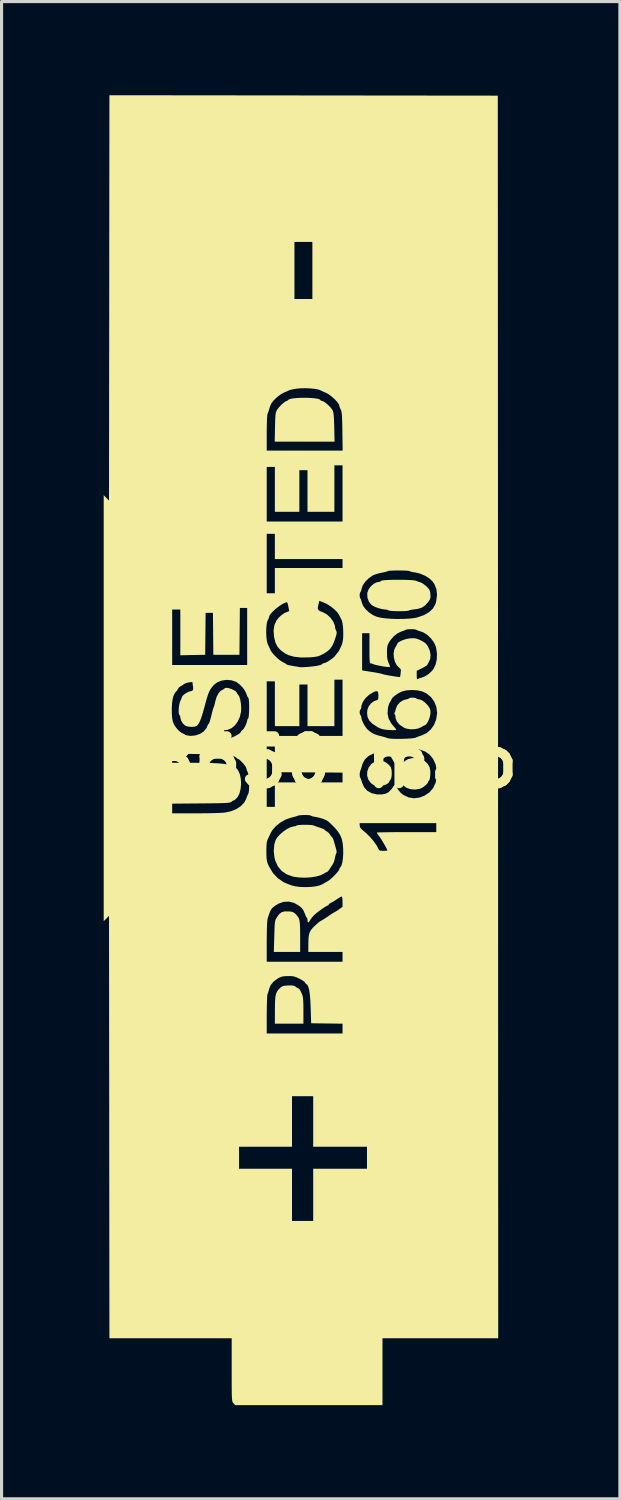
<source format=kicad_pcb>
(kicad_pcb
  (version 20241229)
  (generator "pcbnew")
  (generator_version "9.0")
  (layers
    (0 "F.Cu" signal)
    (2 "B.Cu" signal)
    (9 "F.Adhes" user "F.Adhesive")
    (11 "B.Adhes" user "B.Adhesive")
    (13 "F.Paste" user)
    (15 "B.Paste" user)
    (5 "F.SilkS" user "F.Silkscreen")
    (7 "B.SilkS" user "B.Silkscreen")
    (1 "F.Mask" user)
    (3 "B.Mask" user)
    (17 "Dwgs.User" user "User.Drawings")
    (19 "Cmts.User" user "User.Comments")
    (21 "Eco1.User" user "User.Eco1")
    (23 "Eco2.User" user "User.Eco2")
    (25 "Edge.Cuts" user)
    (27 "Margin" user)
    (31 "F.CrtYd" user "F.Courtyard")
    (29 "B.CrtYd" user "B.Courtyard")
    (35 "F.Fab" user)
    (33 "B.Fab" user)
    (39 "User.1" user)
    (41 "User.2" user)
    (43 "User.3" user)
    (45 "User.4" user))
  (footprint "18650 map"
    (layer "F.Cu")
    (at 6.902 21.354)
    (property "Reference" "18650 map" (at 0 0 0) (layer "F.SilkS") (effects (font (size 1.524 1.524) (thickness 0.3))))
    (attr through_hole)
    (fp_poly (pts (xy -0.622 4.793) (xy -0.558 4.813) (xy -0.504 4.851) (xy -0.482 4.872) (xy -0.435 4.923) (xy -0.4 4.972) (xy -0.374 5.028) (xy -0.357 5.099) (xy -0.347 5.194) (xy -0.341 5.32) (xy -0.34 5.485) (xy -0.339 5.588) (xy -0.339 6.082) (xy -1.182 6.082) (xy -1.168 5.585) (xy -1.163 5.412) (xy -1.158 5.283) (xy -1.152 5.188) (xy -1.144 5.12) (xy -1.132 5.069) (xy -1.115 5.028) (xy -1.092 4.987) (xy -1.079 4.965) (xy -1.007 4.867) (xy -0.932 4.81) (xy -0.838 4.785) (xy -0.718 4.784)) (stroke (width 0) (type solid)) (fill yes) (layer "F.SilkS"))
    (fp_poly (pts (xy -0.534 7.167) (xy -0.506 7.181) (xy -0.447 7.223) (xy -0.411 7.243) (xy -0.377 7.264) (xy -0.35 7.293) (xy -0.321 7.344) (xy -0.283 7.428) (xy -0.276 7.444) (xy -0.259 7.496) (xy -0.248 7.566) (xy -0.24 7.664) (xy -0.236 7.798) (xy -0.235 7.959) (xy -0.235 8.38) (xy -1.149 8.38) (xy -1.148 7.968) (xy -1.146 7.775) (xy -1.141 7.626) (xy -1.13 7.512) (xy -1.111 7.426) (xy -1.084 7.359) (xy -1.047 7.303) (xy -1.007 7.26) (xy -0.953 7.211) (xy -0.904 7.181) (xy -0.841 7.166) (xy -0.745 7.158) (xy -0.731 7.157) (xy -0.61 7.155)) (stroke (width 0) (type solid)) (fill yes) (layer "F.SilkS"))
    (fp_poly (pts (xy 2.349 -0.016) (xy 2.436 0.034) (xy 2.502 0.091) (xy 2.552 0.148) (xy 2.562 0.164) (xy 2.585 0.237) (xy 2.595 0.333) (xy 2.592 0.434) (xy 2.577 0.519) (xy 2.555 0.565) (xy 2.516 0.622) (xy 2.498 0.658) (xy 2.465 0.691) (xy 2.401 0.724) (xy 2.37 0.734) (xy 2.296 0.758) (xy 2.243 0.781) (xy 2.233 0.788) (xy 2.186 0.808) (xy 2.154 0.783) (xy 2.118 0.763) (xy 2.076 0.757) (xy 2.02 0.74) (xy 1.951 0.696) (xy 1.923 0.671) (xy 1.844 0.563) (xy 1.806 0.437) (xy 1.81 0.305) (xy 1.855 0.177) (xy 1.939 0.066) (xy 1.967 0.042) (xy 2.088 -0.025) (xy 2.219 -0.044)) (stroke (width 0) (type solid)) (fill yes) (layer "F.SilkS"))
    (fp_poly (pts (xy 3.41 -0.125) (xy 3.548 -0.091) (xy 3.648 -0.034) (xy 3.748 0.063) (xy 3.806 0.166) (xy 3.83 0.29) (xy 3.829 0.404) (xy 3.819 0.496) (xy 3.805 0.564) (xy 3.789 0.595) (xy 3.788 0.595) (xy 3.761 0.626) (xy 3.759 0.637) (xy 3.738 0.683) (xy 3.683 0.741) (xy 3.609 0.797) (xy 3.53 0.842) (xy 3.485 0.859) (xy 3.357 0.882) (xy 3.234 0.876) (xy 3.166 0.862) (xy 3.052 0.819) (xy 2.962 0.746) (xy 2.885 0.634) (xy 2.843 0.537) (xy 2.818 0.43) (xy 2.812 0.331) (xy 2.826 0.254) (xy 2.842 0.228) (xy 2.869 0.178) (xy 2.872 0.16) (xy 2.893 0.097) (xy 2.949 0.025) (xy 3.028 -0.042) (xy 3.114 -0.091) (xy 3.119 -0.093) (xy 3.262 -0.126)) (stroke (width 0) (type solid)) (fill yes) (layer "F.SilkS"))
    (fp_poly (pts (xy -0.107 -11.664) (xy 0.028 -11.657) (xy 0.147 -11.646) (xy 0.24 -11.629) (xy 0.298 -11.607) (xy 0.313 -11.586) (xy 0.335 -11.568) (xy 0.362 -11.564) (xy 0.412 -11.546) (xy 0.482 -11.498) (xy 0.559 -11.431) (xy 0.632 -11.357) (xy 0.686 -11.287) (xy 0.698 -11.268) (xy 0.715 -11.226) (xy 0.728 -11.166) (xy 0.737 -11.081) (xy 0.745 -10.963) (xy 0.75 -10.803) (xy 0.752 -10.723) (xy 0.763 -10.259) (xy -1.154 -10.259) (xy -1.145 -10.723) (xy -1.141 -10.891) (xy -1.136 -11.016) (xy -1.13 -11.106) (xy -1.121 -11.17) (xy -1.108 -11.218) (xy -1.09 -11.257) (xy -1.075 -11.283) (xy -1.023 -11.353) (xy -0.954 -11.427) (xy -0.881 -11.494) (xy -0.815 -11.544) (xy -0.769 -11.564) (xy -0.768 -11.564) (xy -0.731 -11.582) (xy -0.727 -11.59) (xy -0.693 -11.616) (xy -0.619 -11.636) (xy -0.514 -11.651) (xy -0.388 -11.661) (xy -0.249 -11.665)) (stroke (width 0) (type solid)) (fill yes) (layer "F.SilkS"))
    (fp_poly (pts (xy 3.315 -2.058) (xy 3.368 -2.046) (xy 3.381 -2.036) (xy 3.417 -2.015) (xy 3.454 -2.01) (xy 3.54 -1.988) (xy 3.636 -1.927) (xy 3.729 -1.836) (xy 3.761 -1.796) (xy 3.809 -1.722) (xy 3.831 -1.66) (xy 3.834 -1.583) (xy 3.832 -1.54) (xy 3.815 -1.45) (xy 3.783 -1.356) (xy 3.74 -1.269) (xy 3.695 -1.204) (xy 3.654 -1.175) (xy 3.649 -1.175) (xy 3.613 -1.161) (xy 3.556 -1.126) (xy 3.544 -1.118) (xy 3.446 -1.074) (xy 3.319 -1.05) (xy 3.184 -1.049) (xy 3.058 -1.07) (xy 2.989 -1.097) (xy 2.848 -1.192) (xy 2.758 -1.295) (xy 2.717 -1.408) (xy 2.715 -1.446) (xy 2.705 -1.502) (xy 2.688 -1.528) (xy 2.675 -1.559) (xy 2.684 -1.575) (xy 2.704 -1.62) (xy 2.723 -1.69) (xy 2.726 -1.704) (xy 2.77 -1.813) (xy 2.851 -1.908) (xy 2.956 -1.975) (xy 3.026 -1.997) (xy 3.096 -2.013) (xy 3.141 -2.033) (xy 3.147 -2.038) (xy 3.182 -2.055) (xy 3.246 -2.062)) (stroke (width 0) (type solid)) (fill yes) (layer "F.SilkS"))
    (fp_poly (pts (xy 2.878 -5.836) (xy 3.023 -5.834) (xy 3.155 -5.829) (xy 3.264 -5.822) (xy 3.34 -5.812) (xy 3.37 -5.804) (xy 3.445 -5.774) (xy 3.507 -5.757) (xy 3.566 -5.73) (xy 3.642 -5.678) (xy 3.701 -5.628) (xy 3.768 -5.56) (xy 3.806 -5.504) (xy 3.824 -5.439) (xy 3.831 -5.374) (xy 3.835 -5.287) (xy 3.823 -5.224) (xy 3.788 -5.162) (xy 3.755 -5.117) (xy 3.658 -5.01) (xy 3.554 -4.942) (xy 3.426 -4.903) (xy 3.33 -4.89) (xy 3.24 -4.879) (xy 3.173 -4.865) (xy 3.143 -4.852) (xy 3.112 -4.842) (xy 3.042 -4.835) (xy 2.944 -4.831) (xy 2.833 -4.83) (xy 2.719 -4.831) (xy 2.617 -4.836) (xy 2.539 -4.843) (xy 2.496 -4.853) (xy 2.493 -4.855) (xy 2.457 -4.875) (xy 2.406 -4.882) (xy 2.297 -4.894) (xy 2.173 -4.925) (xy 2.054 -4.969) (xy 1.962 -5.019) (xy 1.944 -5.032) (xy 1.864 -5.132) (xy 1.817 -5.258) (xy 1.809 -5.396) (xy 1.813 -5.423) (xy 1.853 -5.53) (xy 1.927 -5.63) (xy 2.023 -5.711) (xy 2.128 -5.76) (xy 2.192 -5.769) (xy 2.238 -5.784) (xy 2.252 -5.802) (xy 2.28 -5.813) (xy 2.352 -5.822) (xy 2.457 -5.829) (xy 2.586 -5.834) (xy 2.729 -5.836)) (stroke (width 0) (type solid)) (fill yes) (layer "F.SilkS"))
    (fp_poly (pts (xy -0.051 2.014) (xy 0.036 2.02) (xy 0.091 2.031) (xy 0.098 2.034) (xy 0.147 2.054) (xy 0.226 2.082) (xy 0.294 2.104) (xy 0.373 2.132) (xy 0.427 2.157) (xy 0.444 2.171) (xy 0.465 2.194) (xy 0.515 2.224) (xy 0.515 2.224) (xy 0.58 2.274) (xy 0.621 2.33) (xy 0.652 2.381) (xy 0.679 2.402) (xy 0.698 2.425) (xy 0.723 2.484) (xy 0.745 2.552) (xy 0.774 2.654) (xy 0.802 2.752) (xy 0.816 2.799) (xy 0.83 2.884) (xy 0.816 2.929) (xy 0.797 2.975) (xy 0.778 3.049) (xy 0.773 3.081) (xy 0.75 3.174) (xy 0.715 3.259) (xy 0.704 3.277) (xy 0.652 3.355) (xy 0.599 3.437) (xy 0.598 3.439) (xy 0.556 3.494) (xy 0.523 3.523) (xy 0.517 3.524) (xy 0.479 3.538) (xy 0.424 3.572) (xy 0.421 3.574) (xy 0.314 3.627) (xy 0.17 3.668) (xy -0.000439 3.694) (xy -0.183 3.705) (xy -0.366 3.699) (xy -0.537 3.676) (xy -0.577 3.667) (xy -0.772 3.597) (xy -0.93 3.49) (xy -1.051 3.346) (xy -1.134 3.166) (xy -1.163 3.057) (xy -1.185 2.848) (xy -1.167 2.645) (xy -1.128 2.506) (xy -1.074 2.416) (xy -0.987 2.32) (xy -0.878 2.227) (xy -0.761 2.147) (xy -0.648 2.089) (xy -0.55 2.063) (xy -0.535 2.062) (xy -0.48 2.052) (xy -0.457 2.036) (xy -0.425 2.024) (xy -0.354 2.016) (xy -0.259 2.012) (xy -0.153 2.011)) (stroke (width 0) (type solid)) (fill yes) (layer "F.SilkS"))
    (fp_poly (pts (xy 5.991 -21.341) (xy 5.998 -1.442) (xy 6.004 18.456) (xy 2.297 18.456) (xy 2.297 20.597) (xy -2.419 20.597) (xy -2.475 20.536) (xy -2.49 20.52) (xy -2.502 20.501) (xy -2.511 20.475) (xy -2.518 20.435) (xy -2.523 20.378) (xy -2.527 20.298) (xy -2.53 20.19) (xy -2.531 20.048) (xy -2.532 19.868) (xy -2.532 19.644) (xy -2.532 19.466) (xy -2.532 18.456) (xy -6.448 18.456) (xy -6.454 12.321) (xy -2.297 12.321) (xy -2.297 13.026) (xy -0.6 13.026) (xy -0.6 14.697) (xy 0.078 14.697) (xy 0.078 13.026) (xy 1.801 13.026) (xy 1.801 12.321) (xy 0.078 12.321) (xy 0.078 10.703) (xy -0.6 10.703) (xy -0.6 12.321) (xy -2.297 12.321) (xy -6.454 12.321) (xy -6.454 11.691) (xy -6.458 8.094) (xy -1.41 8.094) (xy -1.41 8.693) (xy 1.018 8.693) (xy 1.018 8.381) (xy 0.013 8.367) (xy -0.002 7.871) (xy -0.013 7.632) (xy -0.029 7.442) (xy -0.051 7.298) (xy -0.079 7.196) (xy -0.114 7.133) (xy -0.147 7.109) (xy -0.179 7.078) (xy -0.183 7.063) (xy -0.204 7.037) (xy -0.262 6.996) (xy -0.343 6.95) (xy -0.359 6.942) (xy -0.46 6.894) (xy -0.541 6.867) (xy -0.626 6.856) (xy -0.731 6.855) (xy -0.847 6.86) (xy -0.931 6.875) (xy -1.007 6.905) (xy -1.05 6.929) (xy -1.192 7.032) (xy -1.287 7.151) (xy -1.332 7.265) (xy -1.355 7.349) (xy -1.379 7.421) (xy -1.384 7.435) (xy -1.392 7.477) (xy -1.398 7.564) (xy -1.403 7.686) (xy -1.407 7.836) (xy -1.409 8.004) (xy -1.41 8.094) (xy -6.458 8.094) (xy -6.46 5.751) (xy -1.41 5.751) (xy -1.41 6.396) (xy 1.018 6.396) (xy 1.018 6.082) (xy -0.078 6.082) (xy -0.077 5.854) (xy -0.074 5.693) (xy -0.064 5.571) (xy -0.044 5.479) (xy -0.008 5.403) (xy 0.046 5.331) (xy 0.124 5.253) (xy 0.132 5.245) (xy 0.209 5.175) (xy 0.272 5.122) (xy 0.312 5.093) (xy 0.318 5.09) (xy 0.348 5.076) (xy 0.409 5.039) (xy 0.493 4.984) (xy 0.548 4.947) (xy 0.639 4.885) (xy 0.713 4.837) (xy 0.761 4.808) (xy 0.772 4.803) (xy 0.8 4.789) (xy 0.856 4.753) (xy 0.903 4.721) (xy 1.018 4.638) (xy 1.018 4.473) (xy 1.014 4.374) (xy 1.001 4.318) (xy 0.989 4.307) (xy 0.953 4.322) (xy 0.891 4.358) (xy 0.839 4.394) (xy 0.757 4.448) (xy 0.681 4.493) (xy 0.646 4.51) (xy 0.595 4.54) (xy 0.574 4.568) (xy 0.555 4.594) (xy 0.548 4.594) (xy 0.511 4.61) (xy 0.444 4.649) (xy 0.36 4.706) (xy 0.27 4.771) (xy 0.185 4.837) (xy 0.117 4.895) (xy 0.099 4.913) (xy 0.037 4.983) (xy -0.013 5.053) (xy -0.024 5.071) (xy -0.062 5.129) (xy -0.089 5.136) (xy -0.103 5.094) (xy -0.104 5.064) (xy -0.11 5.009) (xy -0.125 4.986) (xy -0.125 4.986) (xy -0.144 4.963) (xy -0.171 4.905) (xy -0.194 4.845) (xy -0.236 4.747) (xy -0.295 4.67) (xy -0.369 4.608) (xy -0.53 4.514) (xy -0.699 4.471) (xy -0.869 4.479) (xy -1.037 4.538) (xy -1.131 4.596) (xy -1.196 4.644) (xy -1.242 4.688) (xy -1.279 4.739) (xy -1.311 4.808) (xy -1.346 4.908) (xy -1.38 5.014) (xy -1.39 5.075) (xy -1.399 5.184) (xy -1.405 5.337) (xy -1.408 5.529) (xy -1.41 5.751) (xy -6.46 5.751) (xy -6.461 4.927) (xy -6.546 5.014) (xy -6.631 5.1) (xy -6.631 2.807) (xy -1.421 2.807) (xy -1.421 2.87) (xy -1.419 3.004) (xy -1.414 3.1) (xy -1.403 3.174) (xy -1.383 3.24) (xy -1.352 3.313) (xy -1.338 3.343) (xy -1.213 3.553) (xy -1.053 3.723) (xy -0.86 3.854) (xy -0.631 3.947) (xy -0.483 3.983) (xy -0.335 4.002) (xy -0.164 4.007) (xy 0.01 4) (xy 0.166 3.981) (xy 0.247 3.963) (xy 0.323 3.937) (xy 0.382 3.91) (xy 0.392 3.904) (xy 0.439 3.875) (xy 0.509 3.836) (xy 0.531 3.825) (xy 0.592 3.785) (xy 0.668 3.721) (xy 0.748 3.645) (xy 0.822 3.567) (xy 0.879 3.498) (xy 0.911 3.447) (xy 0.914 3.434) (xy 0.932 3.389) (xy 0.949 3.37) (xy 0.983 3.316) (xy 1.011 3.22) (xy 1.03 3.092) (xy 1.04 2.943) (xy 1.039 2.784) (xy 1.039 2.774) (xy 1.024 2.608) (xy 0.994 2.467) (xy 0.943 2.34) (xy 0.865 2.218) (xy 0.756 2.091) (xy 0.619 1.958) (xy 1.566 1.958) (xy 1.566 2.033) (xy 1.582 2.098) (xy 1.634 2.159) (xy 1.659 2.179) (xy 1.785 2.287) (xy 1.909 2.412) (xy 2.021 2.545) (xy 2.11 2.671) (xy 2.166 2.779) (xy 2.167 2.781) (xy 2.188 2.82) (xy 2.224 2.839) (xy 2.29 2.845) (xy 2.323 2.845) (xy 2.397 2.843) (xy 2.445 2.836) (xy 2.454 2.83) (xy 2.441 2.796) (xy 2.407 2.73) (xy 2.359 2.644) (xy 2.305 2.551) (xy 2.251 2.464) (xy 2.204 2.394) (xy 2.188 2.372) (xy 2.144 2.312) (xy 2.118 2.27) (xy 2.114 2.261) (xy 2.14 2.257) (xy 2.211 2.254) (xy 2.323 2.251) (xy 2.47 2.249) (xy 2.647 2.247) (xy 2.846 2.245) (xy 3.063 2.245) (xy 4.02 2.245) (xy 4.02 1.958) (xy 1.566 1.958) (xy 0.619 1.958) (xy 0.61 1.949) (xy 0.548 1.894) (xy 0.49 1.859) (xy 0.397 1.822) (xy 0.286 1.788) (xy 0.175 1.763) (xy 0.139 1.757) (xy 0.066 1.743) (xy 0.019 1.726) (xy 0.011 1.719) (xy -0.021 1.707) (xy -0.09 1.7) (xy -0.178 1.697) (xy -0.271 1.699) (xy -0.353 1.706) (xy -0.407 1.717) (xy -0.412 1.719) (xy -0.459 1.737) (xy -0.54 1.76) (xy -0.637 1.785) (xy -0.64 1.785) (xy -0.807 1.844) (xy -0.97 1.937) (xy -1.115 2.052) (xy -1.229 2.181) (xy -1.282 2.272) (xy -1.322 2.357) (xy -1.367 2.451) (xy -1.374 2.465) (xy -1.396 2.523) (xy -1.411 2.591) (xy -1.418 2.681) (xy -1.421 2.807) (xy -6.631 2.807) (xy -6.631 0.026) (xy -4.438 0.026) (xy -3.74 0.026) (xy -3.439 0.028) (xy -3.186 0.033) (xy -2.976 0.042) (xy -2.804 0.057) (xy -2.665 0.077) (xy -2.555 0.105) (xy -2.469 0.14) (xy -2.402 0.183) (xy -2.35 0.236) (xy -2.32 0.279) (xy -2.268 0.401) (xy -2.239 0.549) (xy -2.232 0.709) (xy -2.248 0.868) (xy -2.284 1.01) (xy -2.341 1.121) (xy -2.355 1.138) (xy -2.408 1.192) (xy -2.45 1.223) (xy -2.461 1.227) (xy -2.5 1.243) (xy -2.539 1.273) (xy -2.557 1.285) (xy -2.583 1.295) (xy -2.622 1.303) (xy -2.681 1.309) (xy -2.765 1.314) (xy -2.878 1.318) (xy -3.026 1.321) (xy -3.214 1.323) (xy -3.448 1.326) (xy -3.514 1.326) (xy -4.438 1.334) (xy -4.438 1.645) (xy -3.7 1.644) (xy -3.497 1.643) (xy -3.299 1.641) (xy -3.116 1.637) (xy -2.958 1.632) (xy -2.834 1.626) (xy -2.754 1.62) (xy -2.56 1.58) (xy -2.386 1.509) (xy -2.241 1.414) (xy -2.131 1.299) (xy -2.064 1.17) (xy -2.063 1.165) (xy -2.036 1.089) (xy -2.009 1.032) (xy -2.002 1.023) (xy -1.987 0.975) (xy -1.977 0.89) (xy -1.973 0.779) (xy -1.974 0.657) (xy -1.981 0.535) (xy -1.993 0.429) (xy -2.009 0.351) (xy -2.019 0.326) (xy -2.049 0.259) (xy -2.062 0.203) (xy -2.062 0.201) (xy -2.08 0.159) (xy -2.124 0.096) (xy -2.183 0.026) (xy -2.247 -0.04) (xy -2.303 -0.087) (xy -2.338 -0.104) (xy -2.376 -0.124) (xy -2.381 -0.135) (xy -2.41 -0.16) (xy -2.472 -0.19) (xy -2.507 -0.204) (xy -2.552 -0.215) (xy -2.615 -0.224) (xy -2.703 -0.232) (xy -2.82 -0.238) (xy -2.972 -0.244) (xy -3.164 -0.248) (xy -3.4 -0.252) (xy -3.531 -0.254) (xy -4.438 -0.266) (xy -4.438 0.026) (xy -6.631 0.026) (xy -6.631 -0.496) (xy -1.41 -0.496) (xy -1.41 1.436) (xy -1.149 1.436) (xy -1.149 0.653) (xy 1.018 0.653) (xy 1.018 0.406) (xy 1.567 0.406) (xy 1.574 0.477) (xy 1.589 0.51) (xy 1.608 0.549) (xy 1.632 0.618) (xy 1.645 0.664) (xy 1.709 0.809) (xy 1.811 0.921) (xy 1.948 0.998) (xy 2.114 1.037) (xy 2.27 1.039) (xy 2.394 1.017) (xy 2.494 0.965) (xy 2.582 0.875) (xy 2.641 0.79) (xy 2.687 0.728) (xy 2.722 0.706) (xy 2.74 0.727) (xy 2.741 0.743) (xy 2.762 0.823) (xy 2.816 0.913) (xy 2.893 0.999) (xy 2.966 1.055) (xy 3.134 1.134) (xy 3.306 1.162) (xy 3.486 1.138) (xy 3.65 1.074) (xy 3.804 0.97) (xy 3.922 0.831) (xy 4 0.661) (xy 4.038 0.464) (xy 4.038 0.279) (xy 3.999 0.077) (xy 3.921 -0.095) (xy 3.809 -0.234) (xy 3.667 -0.335) (xy 3.5 -0.396) (xy 3.311 -0.412) (xy 3.259 -0.408) (xy 3.085 -0.373) (xy 2.948 -0.306) (xy 2.842 -0.202) (xy 2.765 -0.066) (xy 2.731 0.000123) (xy 2.703 0.038) (xy 2.693 0.042) (xy 2.671 0.013) (xy 2.637 -0.046) (xy 2.613 -0.091) (xy 2.555 -0.182) (xy 2.492 -0.235) (xy 2.484 -0.238) (xy 2.408 -0.27) (xy 2.339 -0.302) (xy 2.247 -0.333) (xy 2.168 -0.336) (xy 2.126 -0.318) (xy 2.088 -0.297) (xy 2.019 -0.271) (xy 1.984 -0.259) (xy 1.848 -0.191) (xy 1.736 -0.085) (xy 1.662 0.047) (xy 1.647 0.093) (xy 1.623 0.178) (xy 1.6 0.246) (xy 1.59 0.267) (xy 1.573 0.329) (xy 1.567 0.406) (xy 1.018 0.406) (xy 1.018 0.34) (xy -0.059 0.333) (xy -1.136 0.326) (xy -1.15 -0.496) (xy -1.41 -0.496) (xy -6.631 -0.496) (xy -6.631 -1.712) (xy -4.451 -1.712) (xy -4.449 -1.554) (xy -4.439 -1.41) (xy -4.418 -1.294) (xy -4.415 -1.282) (xy -4.37 -1.184) (xy -4.296 -1.08) (xy -4.205 -0.982) (xy -4.11 -0.905) (xy -4.023 -0.862) (xy -4.023 -0.862) (xy -3.856 -0.836) (xy -3.695 -0.85) (xy -3.549 -0.899) (xy -3.427 -0.979) (xy -3.338 -1.088) (xy -3.304 -1.168) (xy -3.282 -1.214) (xy -3.265 -1.227) (xy -3.251 -1.251) (xy -3.23 -1.315) (xy -3.203 -1.408) (xy -3.185 -1.481) (xy -3.158 -1.592) (xy -3.133 -1.684) (xy -3.114 -1.745) (xy -3.107 -1.762) (xy -3.092 -1.8) (xy -3.072 -1.872) (xy -3.054 -1.952) (xy -3.015 -2.084) (xy -2.957 -2.196) (xy -2.889 -2.277) (xy -2.826 -2.313) (xy -2.78 -2.334) (xy -2.767 -2.352) (xy -2.744 -2.369) (xy -2.69 -2.376) (xy -2.689 -2.376) (xy -2.623 -2.365) (xy -2.544 -2.339) (xy -2.465 -2.303) (xy -2.404 -2.266) (xy -2.376 -2.234) (xy -2.376 -2.231) (xy -2.358 -2.192) (xy -2.326 -2.156) (xy -2.289 -2.097) (xy -2.259 -2) (xy -2.238 -1.88) (xy -2.228 -1.751) (xy -2.231 -1.627) (xy -2.233 -1.611) (xy -2.27 -1.447) (xy -2.337 -1.299) (xy -2.429 -1.174) (xy -2.537 -1.083) (xy -2.655 -1.033) (xy -2.673 -1.03) (xy -2.78 -1.014) (xy -2.771 -0.873) (xy -2.764 -0.791) (xy -2.752 -0.749) (xy -2.727 -0.733) (xy -2.694 -0.731) (xy -2.639 -0.742) (xy -2.554 -0.772) (xy -2.456 -0.814) (xy -2.436 -0.824) (xy -2.347 -0.871) (xy -2.28 -0.915) (xy -2.247 -0.947) (xy -2.245 -0.954) (xy -2.224 -0.994) (xy -2.194 -1.018) (xy -2.153 -1.058) (xy -2.108 -1.131) (xy -2.068 -1.216) (xy -2.041 -1.295) (xy -2.036 -1.332) (xy -2.022 -1.377) (xy -2.006 -1.389) (xy -1.993 -1.418) (xy -1.983 -1.487) (xy -1.976 -1.583) (xy -1.973 -1.695) (xy -1.973 -1.81) (xy -1.976 -1.915) (xy -1.984 -1.999) (xy -1.995 -2.049) (xy -2.001 -2.057) (xy -2.026 -2.092) (xy -2.052 -2.157) (xy -2.06 -2.183) (xy -2.103 -2.277) (xy -2.177 -2.381) (xy -2.27 -2.478) (xy -2.366 -2.552) (xy -2.393 -2.568) (xy -2.442 -2.584) (xy -1.41 -2.584) (xy -1.41 -0.835) (xy 1.018 -0.835) (xy 1.018 -1.592) (xy 1.566 -1.592) (xy 1.574 -1.533) (xy 1.592 -1.501) (xy 1.614 -1.464) (xy 1.619 -1.435) (xy 1.634 -1.356) (xy 1.676 -1.256) (xy 1.734 -1.152) (xy 1.799 -1.063) (xy 1.836 -1.025) (xy 1.941 -0.943) (xy 2.045 -0.888) (xy 2.172 -0.847) (xy 2.219 -0.836) (xy 2.309 -0.813) (xy 2.384 -0.792) (xy 2.415 -0.781) (xy 2.47 -0.762) (xy 2.538 -0.75) (xy 2.628 -0.743) (xy 2.75 -0.74) (xy 2.912 -0.742) (xy 2.964 -0.743) (xy 3.096 -0.748) (xy 3.213 -0.756) (xy 3.302 -0.766) (xy 3.353 -0.777) (xy 3.356 -0.778) (xy 3.409 -0.802) (xy 3.49 -0.831) (xy 3.55 -0.85) (xy 3.709 -0.925) (xy 3.843 -1.04) (xy 3.948 -1.189) (xy 4.017 -1.363) (xy 4.046 -1.555) (xy 4.046 -1.585) (xy 4.022 -1.768) (xy 3.954 -1.937) (xy 3.847 -2.082) (xy 3.709 -2.195) (xy 3.571 -2.26) (xy 3.414 -2.295) (xy 3.238 -2.306) (xy 3.065 -2.294) (xy 2.934 -2.263) (xy 2.851 -2.226) (xy 2.762 -2.173) (xy 2.68 -2.114) (xy 2.617 -2.057) (xy 2.586 -2.012) (xy 2.584 -2.004) (xy 2.568 -1.963) (xy 2.545 -1.931) (xy 2.517 -1.882) (xy 2.489 -1.802) (xy 2.475 -1.743) (xy 2.459 -1.56) (xy 2.492 -1.393) (xy 2.576 -1.239) (xy 2.625 -1.178) (xy 2.684 -1.11) (xy 2.726 -1.057) (xy 2.741 -1.03) (xy 2.717 -1.023) (xy 2.653 -1.02) (xy 2.559 -1.023) (xy 2.509 -1.025) (xy 2.385 -1.036) (xy 2.293 -1.053) (xy 2.214 -1.08) (xy 2.128 -1.124) (xy 2.124 -1.127) (xy 1.975 -1.225) (xy 1.875 -1.327) (xy 1.819 -1.441) (xy 1.804 -1.574) (xy 1.814 -1.671) (xy 1.854 -1.778) (xy 1.926 -1.874) (xy 2.017 -1.944) (xy 2.082 -1.97) (xy 2.131 -1.983) (xy 2.156 -2.005) (xy 2.165 -2.052) (xy 2.167 -2.13) (xy 2.161 -2.22) (xy 2.139 -2.265) (xy 2.091 -2.269) (xy 2.011 -2.239) (xy 2.008 -2.237) (xy 1.872 -2.155) (xy 1.757 -2.05) (xy 1.672 -1.932) (xy 1.625 -1.812) (xy 1.619 -1.752) (xy 1.607 -1.702) (xy 1.592 -1.684) (xy 1.573 -1.648) (xy 1.566 -1.592) (xy 1.018 -1.592) (xy 1.018 -2.637) (xy 0.757 -2.637) (xy 0.757 -1.149) (xy -0.104 -1.149) (xy -0.104 -2.48) (xy -0.365 -2.48) (xy -0.365 -1.149) (xy -1.149 -1.149) (xy -1.149 -2.584) (xy -1.41 -2.584) (xy -2.442 -2.584) (xy -2.538 -2.617) (xy -2.695 -2.63) (xy -2.851 -2.608) (xy -2.991 -2.554) (xy -3.098 -2.473) (xy -3.159 -2.403) (xy -3.209 -2.334) (xy -3.251 -2.257) (xy -3.29 -2.161) (xy -3.329 -2.038) (xy -3.374 -1.877) (xy -3.394 -1.801) (xy -3.45 -1.596) (xy -3.5 -1.437) (xy -3.545 -1.317) (xy -3.589 -1.231) (xy -3.634 -1.173) (xy -3.654 -1.156) (xy -3.716 -1.132) (xy -3.807 -1.124) (xy -3.906 -1.131) (xy -3.994 -1.153) (xy -4.022 -1.167) (xy -4.095 -1.233) (xy -4.151 -1.326) (xy -4.176 -1.421) (xy -4.177 -1.432) (xy -4.188 -1.483) (xy -4.203 -1.501) (xy -4.222 -1.539) (xy -4.23 -1.614) (xy -4.228 -1.709) (xy -4.216 -1.809) (xy -4.196 -1.901) (xy -4.177 -1.952) (xy -4.145 -2.021) (xy -4.127 -2.072) (xy -4.125 -2.083) (xy -4.103 -2.121) (xy -4.049 -2.169) (xy -3.979 -2.216) (xy -3.907 -2.25) (xy -3.872 -2.261) (xy -3.805 -2.278) (xy -3.772 -2.307) (xy -3.765 -2.361) (xy -3.774 -2.444) (xy -3.792 -2.564) (xy -3.908 -2.549) (xy -3.989 -2.53) (xy -4.052 -2.501) (xy -4.065 -2.491) (xy -4.123 -2.448) (xy -4.168 -2.426) (xy -4.225 -2.384) (xy -4.254 -2.339) (xy -4.286 -2.282) (xy -4.315 -2.254) (xy -4.344 -2.218) (xy -4.38 -2.151) (xy -4.401 -2.101) (xy -4.426 -2.002) (xy -4.443 -1.866) (xy -4.451 -1.712) (xy -6.631 -1.712) (xy -6.631 -4.882) (xy -4.438 -4.882) (xy -4.438 -3.106) (xy -2.036 -3.106) (xy -2.036 -4.122) (xy -1.426 -4.122) (xy -1.419 -3.991) (xy -1.405 -3.877) (xy -1.383 -3.794) (xy -1.38 -3.785) (xy -1.338 -3.694) (xy -1.299 -3.602) (xy -1.298 -3.601) (xy -1.248 -3.517) (xy -1.167 -3.421) (xy -1.07 -3.325) (xy -0.97 -3.244) (xy -0.885 -3.193) (xy -0.822 -3.162) (xy -0.786 -3.136) (xy -0.783 -3.13) (xy -0.759 -3.117) (xy -0.697 -3.1) (xy -0.608 -3.083) (xy -0.594 -3.08) (xy -0.495 -3.064) (xy -0.414 -3.05) (xy -0.367 -3.041) (xy -0.365 -3.04) (xy -0.31 -3.036) (xy -0.217 -3.038) (xy -0.102 -3.045) (xy 0.021 -3.057) (xy 0.136 -3.071) (xy 0.215 -3.084) (xy 0.296 -3.103) (xy 0.35 -3.123) (xy 0.365 -3.136) (xy 0.386 -3.157) (xy 0.396 -3.159) (xy 0.462 -3.175) (xy 0.55 -3.219) (xy 0.646 -3.282) (xy 0.736 -3.354) (xy 0.768 -3.385) (xy 0.904 -3.559) (xy 0.995 -3.755) (xy 1.02 -3.844) (xy 1.036 -3.944) (xy 1.042 -4.07) (xy 1.041 -4.125) (xy 1.645 -4.125) (xy 1.645 -2.933) (xy 1.951 -2.885) (xy 2.075 -2.865) (xy 2.182 -2.845) (xy 2.26 -2.827) (xy 2.297 -2.816) (xy 2.334 -2.805) (xy 2.406 -2.79) (xy 2.5 -2.772) (xy 2.604 -2.754) (xy 2.705 -2.738) (xy 2.79 -2.726) (xy 2.845 -2.721) (xy 2.86 -2.722) (xy 2.865 -2.749) (xy 2.875 -2.811) (xy 2.88 -2.852) (xy 2.887 -2.929) (xy 2.879 -2.975) (xy 2.849 -3.006) (xy 2.833 -3.017) (xy 2.755 -3.097) (xy 2.697 -3.21) (xy 2.663 -3.342) (xy 2.654 -3.477) (xy 2.675 -3.6) (xy 2.713 -3.678) (xy 2.749 -3.736) (xy 2.767 -3.777) (xy 2.767 -3.78) (xy 2.791 -3.818) (xy 2.853 -3.86) (xy 2.942 -3.901) (xy 3.045 -3.935) (xy 3.15 -3.957) (xy 3.188 -3.961) (xy 3.289 -3.966) (xy 3.367 -3.957) (xy 3.446 -3.931) (xy 3.523 -3.896) (xy 3.62 -3.844) (xy 3.687 -3.791) (xy 3.739 -3.722) (xy 3.761 -3.685) (xy 3.817 -3.553) (xy 3.838 -3.418) (xy 3.823 -3.296) (xy 3.798 -3.237) (xy 3.764 -3.172) (xy 3.743 -3.126) (xy 3.713 -3.092) (xy 3.648 -3.048) (xy 3.563 -3.002) (xy 3.56 -3.001) (xy 3.394 -2.921) (xy 3.394 -2.776) (xy 3.396 -2.693) (xy 3.405 -2.655) (xy 3.423 -2.654) (xy 3.426 -2.656) (xy 3.473 -2.68) (xy 3.543 -2.701) (xy 3.55 -2.702) (xy 3.657 -2.743) (xy 3.771 -2.816) (xy 3.874 -2.909) (xy 3.926 -2.973) (xy 3.998 -3.118) (xy 4.037 -3.291) (xy 4.042 -3.479) (xy 4.013 -3.668) (xy 4.005 -3.698) (xy 3.945 -3.831) (xy 3.851 -3.958) (xy 3.735 -4.069) (xy 3.61 -4.148) (xy 3.537 -4.176) (xy 3.458 -4.2) (xy 3.399 -4.223) (xy 3.382 -4.233) (xy 3.341 -4.246) (xy 3.268 -4.253) (xy 3.182 -4.254) (xy 3.102 -4.249) (xy 3.049 -4.238) (xy 3.04 -4.233) (xy 3.001 -4.213) (xy 2.933 -4.189) (xy 2.903 -4.18) (xy 2.78 -4.122) (xy 2.659 -4.026) (xy 2.551 -3.901) (xy 2.511 -3.84) (xy 2.476 -3.772) (xy 2.454 -3.709) (xy 2.444 -3.633) (xy 2.442 -3.526) (xy 2.442 -3.498) (xy 2.446 -3.367) (xy 2.46 -3.271) (xy 2.485 -3.193) (xy 2.498 -3.165) (xy 2.527 -3.098) (xy 2.537 -3.052) (xy 2.533 -3.042) (xy 2.498 -3.04) (xy 2.426 -3.047) (xy 2.331 -3.06) (xy 2.228 -3.078) (xy 2.129 -3.098) (xy 2.05 -3.117) (xy 2.004 -3.133) (xy 2.004 -3.133) (xy 1.946 -3.155) (xy 1.919 -3.159) (xy 1.905 -3.165) (xy 1.895 -3.188) (xy 1.887 -3.236) (xy 1.883 -3.313) (xy 1.88 -3.428) (xy 1.88 -3.586) (xy 1.88 -3.642) (xy 1.88 -4.125) (xy 1.645 -4.125) (xy 1.041 -4.125) (xy 1.04 -4.208) (xy 1.031 -4.342) (xy 1.015 -4.458) (xy 0.993 -4.541) (xy 0.986 -4.555) (xy 0.943 -4.639) (xy 0.906 -4.713) (xy 0.849 -4.797) (xy 0.757 -4.889) (xy 0.643 -4.98) (xy 0.522 -5.057) (xy 0.432 -5.1) (xy 0.274 -5.164) (xy 0.243 -5.029) (xy 0.226 -4.945) (xy 0.231 -4.89) (xy 0.264 -4.851) (xy 0.334 -4.816) (xy 0.396 -4.793) (xy 0.518 -4.726) (xy 0.628 -4.626) (xy 0.715 -4.507) (xy 0.769 -4.379) (xy 0.783 -4.287) (xy 0.796 -4.24) (xy 0.814 -4.205) (xy 0.831 -4.158) (xy 0.825 -4.094) (xy 0.811 -4.042) (xy 0.755 -3.869) (xy 0.697 -3.737) (xy 0.63 -3.635) (xy 0.546 -3.554) (xy 0.438 -3.481) (xy 0.375 -3.447) (xy 0.296 -3.409) (xy 0.222 -3.384) (xy 0.137 -3.367) (xy 0.024 -3.356) (xy -0.053 -3.351) (xy -0.313 -3.347) (xy -0.532 -3.371) (xy -0.712 -3.422) (xy -0.818 -3.475) (xy -0.962 -3.579) (xy -1.064 -3.691) (xy -1.131 -3.825) (xy -1.172 -3.993) (xy -1.175 -4.006) (xy -1.19 -4.209) (xy -1.165 -4.382) (xy -1.098 -4.531) (xy -1.024 -4.625) (xy -0.943 -4.699) (xy -0.856 -4.762) (xy -0.799 -4.79) (xy -0.69 -4.832) (xy -0.716 -4.974) (xy -0.733 -5.052) (xy -0.751 -5.104) (xy -0.76 -5.117) (xy -0.828 -5.099) (xy -0.916 -5.054) (xy -1.016 -4.988) (xy -1.117 -4.909) (xy -1.208 -4.827) (xy -1.281 -4.749) (xy -1.324 -4.684) (xy -1.331 -4.655) (xy -1.346 -4.598) (xy -1.377 -4.542) (xy -1.4 -4.48) (xy -1.416 -4.38) (xy -1.425 -4.256) (xy -1.426 -4.122) (xy -2.036 -4.122) (xy -2.036 -4.934) (xy -2.27 -4.934) (xy -2.277 -4.183) (xy -2.284 -3.433) (xy -3.12 -3.433) (xy -3.126 -4.105) (xy -3.133 -4.777) (xy -3.367 -4.777) (xy -3.374 -4.105) (xy -3.381 -3.433) (xy -3.779 -3.426) (xy -4.177 -3.418) (xy -4.177 -4.882) (xy -4.438 -4.882) (xy -6.631 -4.882) (xy -6.631 -5.338) (xy 1.566 -5.338) (xy 1.573 -5.274) (xy 1.588 -5.237) (xy 1.59 -5.235) (xy 1.609 -5.202) (xy 1.627 -5.138) (xy 1.632 -5.114) (xy 1.673 -5.006) (xy 1.754 -4.896) (xy 1.864 -4.792) (xy 1.993 -4.705) (xy 2.119 -4.65) (xy 2.24 -4.621) (xy 2.399 -4.6) (xy 2.585 -4.586) (xy 2.783 -4.58) (xy 2.98 -4.583) (xy 3.164 -4.593) (xy 3.321 -4.611) (xy 3.411 -4.63) (xy 3.624 -4.704) (xy 3.79 -4.798) (xy 3.911 -4.913) (xy 3.991 -5.052) (xy 4.018 -5.145) (xy 4.044 -5.35) (xy 4.026 -5.53) (xy 3.964 -5.69) (xy 3.9 -5.784) (xy 3.8 -5.878) (xy 3.666 -5.963) (xy 3.513 -6.029) (xy 3.358 -6.069) (xy 3.333 -6.072) (xy 3.249 -6.085) (xy 3.189 -6.101) (xy 3.169 -6.112) (xy 3.139 -6.121) (xy 3.069 -6.128) (xy 2.97 -6.132) (xy 2.856 -6.134) (xy 2.737 -6.134) (xy 2.627 -6.131) (xy 2.537 -6.126) (xy 2.479 -6.118) (xy 2.466 -6.113) (xy 2.429 -6.098) (xy 2.356 -6.079) (xy 2.263 -6.06) (xy 2.258 -6.059) (xy 2.147 -6.033) (xy 2.04 -5.998) (xy 1.969 -5.965) (xy 1.85 -5.879) (xy 1.746 -5.775) (xy 1.67 -5.666) (xy 1.632 -5.564) (xy 1.616 -5.494) (xy 1.596 -5.448) (xy 1.59 -5.441) (xy 1.574 -5.408) (xy 1.566 -5.345) (xy 1.566 -5.338) (xy -6.631 -5.338) (xy -6.631 -7.309) (xy -1.41 -7.309) (xy -1.41 -5.404) (xy -1.149 -5.404) (xy -1.149 -6.213) (xy 1.018 -6.213) (xy 1.018 -6.5) (xy -1.149 -6.5) (xy -1.149 -7.309) (xy -1.41 -7.309) (xy -6.631 -7.309) (xy -6.631 -8.546) (xy -6.546 -8.459) (xy -6.461 -8.373) (xy -6.46 -9.45) (xy -1.41 -9.45) (xy -1.41 -7.701) (xy 1.018 -7.701) (xy 1.018 -9.502) (xy 0.757 -9.502) (xy 0.757 -8.014) (xy -0.104 -8.014) (xy -0.104 -9.346) (xy -0.365 -9.346) (xy -0.365 -8.014) (xy -1.149 -8.014) (xy -1.149 -9.45) (xy -1.41 -9.45) (xy -6.46 -9.45) (xy -6.459 -10.534) (xy -1.41 -10.534) (xy -1.41 -9.972) (xy 1.022 -9.972) (xy 1.013 -10.592) (xy 1.01 -10.794) (xy 1.006 -10.95) (xy 1.001 -11.068) (xy 0.994 -11.154) (xy 0.985 -11.215) (xy 0.974 -11.258) (xy 0.959 -11.29) (xy 0.959 -11.29) (xy 0.928 -11.357) (xy 0.914 -11.411) (xy 0.914 -11.413) (xy 0.894 -11.466) (xy 0.841 -11.538) (xy 0.765 -11.619) (xy 0.676 -11.699) (xy 0.586 -11.768) (xy 0.503 -11.817) (xy 0.49 -11.823) (xy 0.405 -11.859) (xy 0.334 -11.892) (xy 0.305 -11.906) (xy 0.231 -11.932) (xy 0.119 -11.952) (xy -0.018 -11.965) (xy -0.167 -11.971) (xy -0.312 -11.969) (xy -0.441 -11.958) (xy -0.545 -11.941) (xy -0.631 -11.924) (xy -0.683 -11.91) (xy -0.691 -11.906) (xy -0.73 -11.885) (xy -0.799 -11.856) (xy -0.845 -11.837) (xy -0.948 -11.784) (xy -1.062 -11.7) (xy -1.123 -11.645) (xy -1.208 -11.558) (xy -1.262 -11.484) (xy -1.299 -11.404) (xy -1.319 -11.343) (xy -1.346 -11.252) (xy -1.372 -11.177) (xy -1.386 -11.141) (xy -1.393 -11.102) (xy -1.399 -11.019) (xy -1.404 -10.901) (xy -1.408 -10.756) (xy -1.41 -10.592) (xy -1.41 -10.534) (xy -6.459 -10.534) (xy -6.454 -14.863) (xy -6.453 -16.655) (xy -0.522 -16.655) (xy -0.522 -14.828) (xy 0.052 -14.828) (xy 0.052 -16.655) (xy -0.522 -16.655) (xy -6.453 -16.655) (xy -6.448 -21.354)) (stroke (width 0) (type solid)) (fill yes) (layer "F.SilkS")))
  (gr_rect
    (start -3 -3)
    (end 16.803 44.951)
    (stroke (width 0.1) (type default))
    (fill no)
    (layer "Edge.Cuts")))
</source>
